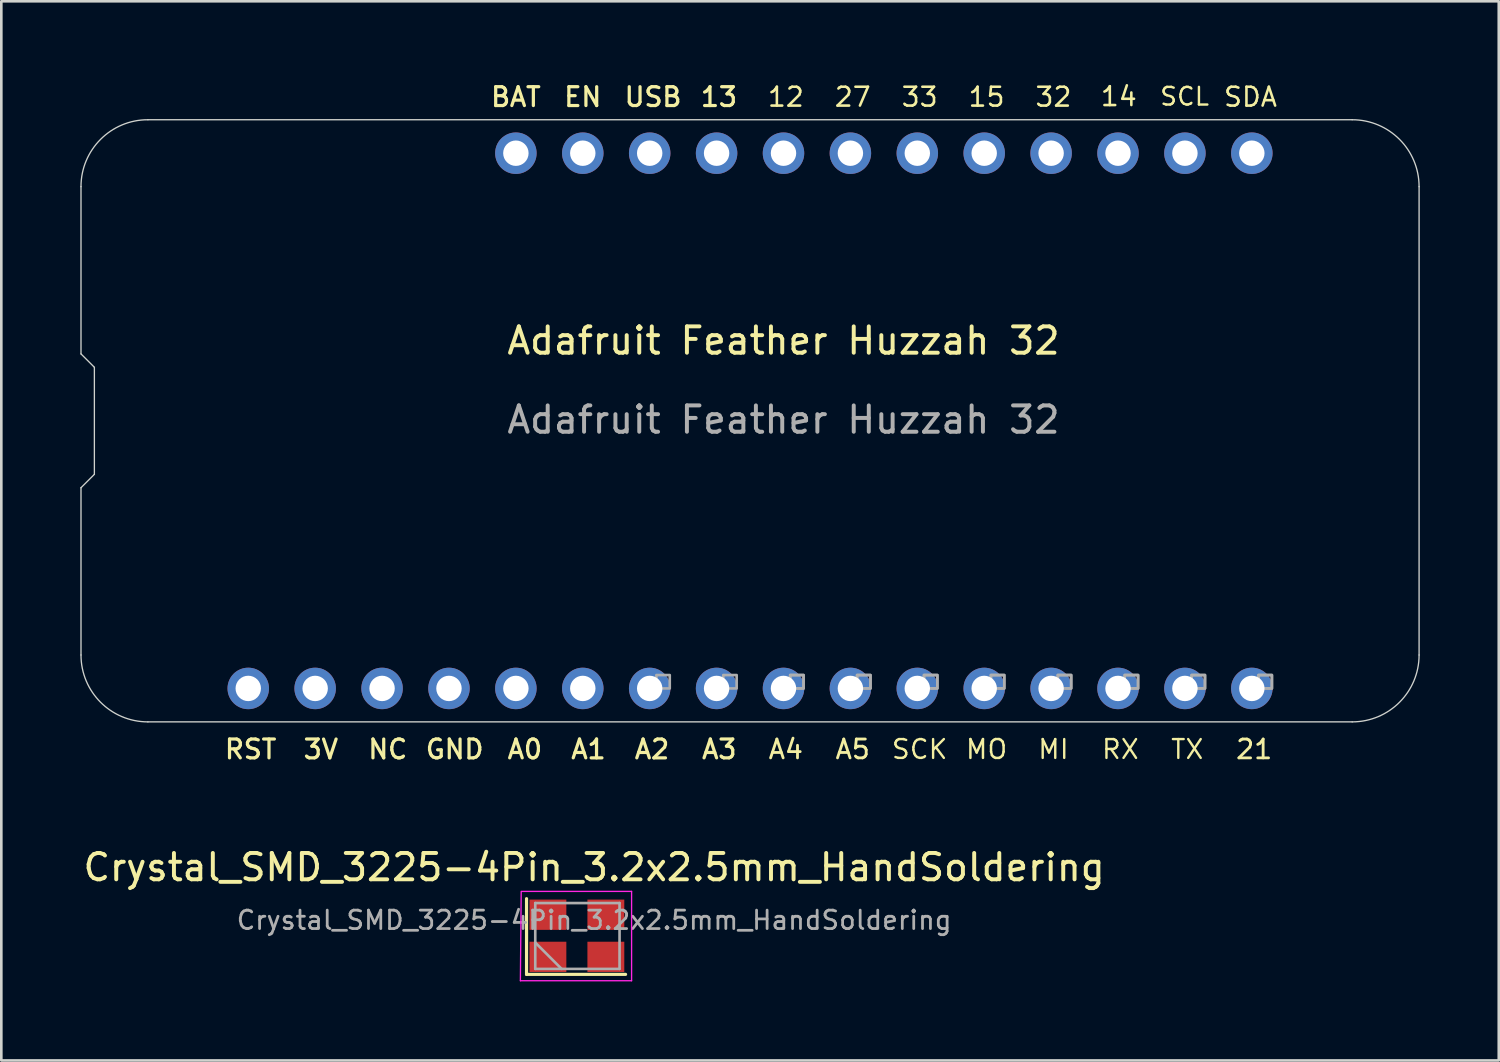
<source format=kicad_pcb>
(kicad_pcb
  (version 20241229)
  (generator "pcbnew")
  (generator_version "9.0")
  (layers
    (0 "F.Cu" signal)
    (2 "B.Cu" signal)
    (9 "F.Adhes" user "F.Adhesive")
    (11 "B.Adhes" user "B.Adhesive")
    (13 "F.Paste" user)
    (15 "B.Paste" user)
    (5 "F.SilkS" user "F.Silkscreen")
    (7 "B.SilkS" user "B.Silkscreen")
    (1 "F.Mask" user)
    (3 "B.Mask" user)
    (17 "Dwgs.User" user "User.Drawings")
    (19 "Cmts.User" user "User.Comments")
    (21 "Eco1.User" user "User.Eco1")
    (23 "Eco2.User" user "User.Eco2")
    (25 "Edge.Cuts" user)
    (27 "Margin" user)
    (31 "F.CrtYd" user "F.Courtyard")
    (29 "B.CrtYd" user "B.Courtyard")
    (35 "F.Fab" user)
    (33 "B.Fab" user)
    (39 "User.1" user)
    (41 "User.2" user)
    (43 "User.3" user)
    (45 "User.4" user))
  (footprint "Crystal_SMD_3225-4Pin_3.2x2.5mm_HandSoldering"
    (layer "F.Cu")
    (at 18.82 32.51)
    (property "Reference" "Crystal_SMD_3225-4Pin_3.2x2.5mm_HandSoldering" (at 0.686 -2.632 0) (layer "F.SilkS") (effects (font (size 1 1) (thickness 0.15))))
    (attr smd)
    (fp_line (start -1.88 -1.443) (end -1.88 1.432) (stroke (width 0.12) (type solid)) (layer "F.SilkS"))
    (fp_line (start -1.88 1.432) (end 1.88 1.432) (stroke (width 0.12) (type solid)) (layer "F.SilkS"))
    (fp_line (start -2.114 1.674) (end 2.108 1.674) (stroke (width 0.05) (type solid)) (layer "F.CrtYd"))
    (fp_line (start -2.083 -1.692) (end -2.114 1.674) (stroke (width 0.05) (type solid)) (layer "F.CrtYd"))
    (fp_line (start 2.108 -1.718) (end -2.083 -1.718) (stroke (width 0.05) (type solid)) (layer "F.CrtYd"))
    (fp_line (start 2.108 1.674) (end 2.108 -1.718) (stroke (width 0.05) (type solid)) (layer "F.CrtYd"))
    (fp_line (start -1.549 -1.276) (end -1.549 1.224) (stroke (width 0.1) (type solid)) (layer "F.Fab"))
    (fp_line (start -1.549 0.224) (end -0.549 1.224) (stroke (width 0.1) (type solid)) (layer "F.Fab"))
    (fp_line (start -1.549 1.224) (end 1.651 1.224) (stroke (width 0.1) (type solid)) (layer "F.Fab"))
    (fp_line (start 1.651 -1.276) (end -1.549 -1.276) (stroke (width 0.1) (type solid)) (layer "F.Fab"))
    (fp_line (start 1.651 1.224) (end 1.651 -1.276) (stroke (width 0.1) (type solid)) (layer "F.Fab"))
    (fp_text user "${REFERENCE}" (at 0.686 -0.626 0) (layer "F.Fab") (effects (font (size 0.7 0.7) (thickness 0.105))))
    (pad "1" smd rect (at -1.069 -0.833) (size 1.4 1.15) (layers "F.Cu" "F.Mask" "F.Paste"))
    (pad "2" smd rect (at 1.131 -0.833) (size 1.4 1.15) (layers "F.Cu" "F.Mask" "F.Paste"))
    (pad "3" smd rect (at 1.131 0.767) (size 1.4 1.15) (layers "F.Cu" "F.Mask" "F.Paste"))
    (pad "4" smd rect (at -1.069 0.767) (size 1.4 1.15) (layers "F.Cu" "F.Mask" "F.Paste")))
  (footprint "Adafruit Feather Huzzah 32"
    (layer "F.Cu")
    (at 26.695 12.926)
    (property "Reference" "Adafruit Feather Huzzah 32" (at 0 -3.04 0) (unlocked yes) (layer "F.SilkS") (effects (font (size 1 1) (thickness 0.15))))
    (attr through_hole)
    (fp_line (start -26.67 -8.89) (end -26.67 -2.54) (stroke (width 0.05) (type solid)) (layer "Edge.Cuts"))
    (fp_line (start -26.67 -2.54) (end -26.162 -2.032) (stroke (width 0.05) (type solid)) (layer "Edge.Cuts"))
    (fp_line (start -26.67 2.54) (end -26.67 8.89) (stroke (width 0.05) (type solid)) (layer "Edge.Cuts"))
    (fp_line (start -26.162 -2.032) (end -26.162 2.032) (stroke (width 0.05) (type solid)) (layer "Edge.Cuts"))
    (fp_line (start -26.162 2.032) (end -26.67 2.54) (stroke (width 0.05) (type solid)) (layer "Edge.Cuts"))
    (fp_line (start -24.13 11.43) (end 21.59 11.43) (stroke (width 0.05) (type solid)) (layer "Edge.Cuts"))
    (fp_line (start 21.59 -11.43) (end -24.13 -11.43) (stroke (width 0.05) (type solid)) (layer "Edge.Cuts"))
    (fp_line (start 24.13 8.89) (end 24.13 -8.89) (stroke (width 0.05) (type solid)) (layer "Edge.Cuts"))
    (fp_arc (start -26.67 -8.89) (mid -25.926051 -10.686051) (end -24.13 -11.43) (stroke (width 0.05) (type solid)) (layer "Edge.Cuts"))
    (fp_arc (start -24.13 11.43) (mid -25.926051 10.686051) (end -26.67 8.89) (stroke (width 0.05) (type solid)) (layer "Edge.Cuts"))
    (fp_arc (start 21.59 -11.43) (mid 23.386051 -10.686051) (end 24.13 -8.89) (stroke (width 0.05) (type solid)) (layer "Edge.Cuts"))
    (fp_arc (start 24.13 8.89) (mid 23.386051 10.686051) (end 21.59 11.43) (stroke (width 0.05) (type solid)) (layer "Edge.Cuts"))
    (fp_poly (pts (xy -4.826 10.16) (xy -4.318 10.16) (xy -4.318 9.652) (xy -4.826 9.652)) (stroke (width 0.1) (type default)) (fill no) (layer "F.Fab"))
    (fp_poly (pts (xy -2.286 10.16) (xy -1.778 10.16) (xy -1.778 9.652) (xy -2.286 9.652)) (stroke (width 0.1) (type default)) (fill no) (layer "F.Fab"))
    (fp_poly (pts (xy 0.254 10.16) (xy 0.762 10.16) (xy 0.762 9.652) (xy 0.254 9.652)) (stroke (width 0.1) (type default)) (fill no) (layer "F.Fab"))
    (fp_poly (pts (xy 0.254 10.16) (xy 0.762 10.16) (xy 0.762 9.652) (xy 0.254 9.652)) (stroke (width 0.1) (type default)) (fill no) (layer "F.Fab"))
    (fp_poly (pts (xy 2.794 10.16) (xy 3.302 10.16) (xy 3.302 9.652) (xy 2.794 9.652)) (stroke (width 0.1) (type default)) (fill no) (layer "F.Fab"))
    (fp_poly (pts (xy 2.794 10.16) (xy 3.302 10.16) (xy 3.302 9.652) (xy 2.794 9.652)) (stroke (width 0.1) (type default)) (fill no) (layer "F.Fab"))
    (fp_poly (pts (xy 5.334 10.16) (xy 5.842 10.16) (xy 5.842 9.652) (xy 5.334 9.652)) (stroke (width 0.1) (type default)) (fill no) (layer "F.Fab"))
    (fp_poly (pts (xy 5.334 10.16) (xy 5.842 10.16) (xy 5.842 9.652) (xy 5.334 9.652)) (stroke (width 0.1) (type default)) (fill no) (layer "F.Fab"))
    (fp_poly (pts (xy 7.874 10.16) (xy 8.382 10.16) (xy 8.382 9.652) (xy 7.874 9.652)) (stroke (width 0.1) (type default)) (fill no) (layer "F.Fab"))
    (fp_poly (pts (xy 7.874 10.16) (xy 8.382 10.16) (xy 8.382 9.652) (xy 7.874 9.652)) (stroke (width 0.1) (type default)) (fill no) (layer "F.Fab"))
    (fp_poly (pts (xy 10.414 10.16) (xy 10.922 10.16) (xy 10.922 9.652) (xy 10.414 9.652)) (stroke (width 0.1) (type default)) (fill no) (layer "F.Fab"))
    (fp_poly (pts (xy 10.414 10.16) (xy 10.922 10.16) (xy 10.922 9.652) (xy 10.414 9.652)) (stroke (width 0.1) (type default)) (fill no) (layer "F.Fab"))
    (fp_poly (pts (xy 12.954 10.16) (xy 13.462 10.16) (xy 13.462 9.652) (xy 12.954 9.652)) (stroke (width 0.1) (type default)) (fill no) (layer "F.Fab"))
    (fp_poly (pts (xy 12.954 10.16) (xy 13.462 10.16) (xy 13.462 9.652) (xy 12.954 9.652)) (stroke (width 0.1) (type default)) (fill no) (layer "F.Fab"))
    (fp_poly (pts (xy 15.494 10.16) (xy 16.002 10.16) (xy 16.002 9.652) (xy 15.494 9.652)) (stroke (width 0.1) (type default)) (fill no) (layer "F.Fab"))
    (fp_poly (pts (xy 15.494 10.16) (xy 16.002 10.16) (xy 16.002 9.652) (xy 15.494 9.652)) (stroke (width 0.1) (type default)) (fill no) (layer "F.Fab"))
    (fp_poly (pts (xy 18.034 10.16) (xy 18.542 10.16) (xy 18.542 9.652) (xy 18.034 9.652)) (stroke (width 0.1) (type default)) (fill no) (layer "F.Fab"))
    (fp_poly (pts (xy 18.034 10.16) (xy 18.542 10.16) (xy 18.542 9.652) (xy 18.034 9.652)) (stroke (width 0.1) (type default)) (fill no) (layer "F.Fab"))
    (fp_text user "A1" (at -7.404 12.471 0) (unlocked yes) (layer "F.SilkS") (effects (font (size 0.715 0.715) (thickness 0.122))))
    (fp_text user "3V" (at -17.564 12.471 0) (unlocked yes) (layer "F.SilkS") (effects (font (size 0.715 0.715) (thickness 0.122))))
    (fp_text user "32" (at 10.249 -12.294 0) (unlocked yes) (layer "F.SilkS") (effects (font (size 0.715 0.715) (thickness 0.098))))
    (fp_text user "A2" (at -4.991 12.471 0) (unlocked yes) (layer "F.SilkS") (effects (font (size 0.715 0.715) (thickness 0.122))))
    (fp_text user "MI" (at 10.249 12.471 0) (unlocked yes) (layer "F.SilkS") (effects (font (size 0.715 0.715) (thickness 0.091))))
    (fp_text user "21" (at 17.869 12.471 0) (unlocked yes) (layer "F.SilkS") (effects (font (size 0.715 0.715) (thickness 0.107))))
    (fp_text user "A5" (at 2.629 12.471 0) (unlocked yes) (layer "F.SilkS") (effects (font (size 0.715 0.715) (thickness 0.107))))
    (fp_text user "GND" (at -12.484 12.471 0) (unlocked yes) (layer "F.SilkS") (effects (font (size 0.715 0.715) (thickness 0.122))))
    (fp_text user "15" (at 7.709 -12.294 0) (unlocked yes) (layer "F.SilkS") (effects (font (size 0.715 0.715) (thickness 0.098))))
    (fp_text user "TX" (at 15.329 12.471 0) (unlocked yes) (layer "F.SilkS") (effects (font (size 0.715 0.715) (thickness 0.091))))
    (fp_text user "A3" (at -2.438 12.471 0) (unlocked yes) (layer "F.SilkS") (effects (font (size 0.715 0.715) (thickness 0.122))))
    (fp_text user "MO" (at 7.709 12.471 0) (unlocked yes) (layer "F.SilkS") (effects (font (size 0.715 0.715) (thickness 0.094))))
    (fp_text user "27" (at 2.629 -12.294 0) (unlocked yes) (layer "F.SilkS") (effects (font (size 0.715 0.715) (thickness 0.098))))
    (fp_text user "NC" (at -15.024 12.471 0) (unlocked yes) (layer "F.SilkS") (effects (font (size 0.715 0.715) (thickness 0.122))))
    (fp_text user "SCL" (at 15.229 -12.314 0) (unlocked yes) (layer "F.SilkS") (effects (font (size 0.671 0.671) (thickness 0.091))))
    (fp_text user "USB" (at -4.953 -12.294 0) (unlocked yes) (layer "F.SilkS") (effects (font (size 0.715 0.715) (thickness 0.122))))
    (fp_text user "12" (at 0.089 -12.294 0) (unlocked yes) (layer "F.SilkS") (effects (font (size 0.715 0.715) (thickness 0.098))))
    (fp_text user "BAT" (at -10.16 -12.294 0) (unlocked yes) (layer "F.SilkS") (effects (font (size 0.715 0.715) (thickness 0.122))))
    (fp_text user "A0" (at -9.817 12.471 0) (unlocked yes) (layer "F.SilkS") (effects (font (size 0.715 0.715) (thickness 0.122))))
    (fp_text user "14" (at 12.729 -12.314 0) (unlocked yes) (layer "F.SilkS") (effects (font (size 0.715 0.715) (thickness 0.098))))
    (fp_text user "RX" (at 12.789 12.471 0) (unlocked yes) (layer "F.SilkS") (effects (font (size 0.715 0.715) (thickness 0.091))))
    (fp_text user "A4" (at 0.089 12.471 0) (unlocked yes) (layer "F.SilkS") (effects (font (size 0.715 0.715) (thickness 0.107))))
    (fp_text user "SDA" (at 17.729 -12.294 0) (unlocked yes) (layer "F.SilkS") (effects (font (size 0.715 0.715) (thickness 0.098))))
    (fp_text user "33" (at 5.169 -12.294 0) (unlocked yes) (layer "F.SilkS") (effects (font (size 0.715 0.715) (thickness 0.098))))
    (fp_text user "SCK" (at 5.169 12.471 0) (unlocked yes) (layer "F.SilkS") (effects (font (size 0.715 0.715) (thickness 0.091))))
    (fp_text user "RST" (at -20.231 12.471 0) (unlocked yes) (layer "F.SilkS") (effects (font (size 0.715 0.715) (thickness 0.122))))
    (fp_text user "EN" (at -7.62 -12.294 0) (unlocked yes) (layer "F.SilkS") (effects (font (size 0.715 0.715) (thickness 0.122))))
    (fp_text user "13" (at -2.451 -12.294 0) (unlocked yes) (layer "F.SilkS") (effects (font (size 0.715 0.715) (thickness 0.122))))
    (fp_text user "${REFERENCE}" (at 0 -0.04 0) (unlocked yes) (layer "F.Fab") (effects (font (size 1 1) (thickness 0.15))))
    (pad "1" thru_hole circle (at -20.32 10.16 270) (size 1.575 1.575) (drill 0.965) (layers "*.Cu" "*.Mask"))
    (pad "2" thru_hole circle (at -17.78 10.16 270) (size 1.575 1.575) (drill 0.965) (layers "*.Cu" "*.Mask"))
    (pad "3" thru_hole circle (at -15.24 10.16 270) (size 1.575 1.575) (drill 0.965) (layers "*.Cu" "*.Mask"))
    (pad "4" thru_hole circle (at -12.7 10.16 270) (size 1.575 1.575) (drill 0.965) (layers "*.Cu" "*.Mask"))
    (pad "5" thru_hole circle (at -10.16 10.16 270) (size 1.575 1.575) (drill 0.965) (layers "*.Cu" "*.Mask"))
    (pad "6" thru_hole circle (at -7.62 10.16 270) (size 1.575 1.575) (drill 0.965) (layers "*.Cu" "*.Mask"))
    (pad "7" thru_hole circle (at -5.08 10.16 270) (size 1.575 1.575) (drill 0.965) (layers "*.Cu" "*.Mask"))
    (pad "8" thru_hole circle (at -2.54 10.16 270) (size 1.575 1.575) (drill 0.965) (layers "*.Cu" "*.Mask"))
    (pad "9" thru_hole circle (at 0 10.16 270) (size 1.575 1.575) (drill 0.965) (layers "*.Cu" "*.Mask"))
    (pad "10" thru_hole circle (at 2.54 10.16 270) (size 1.575 1.575) (drill 0.965) (layers "*.Cu" "*.Mask"))
    (pad "11" thru_hole circle (at 5.08 10.16 270) (size 1.575 1.575) (drill 0.965) (layers "*.Cu" "*.Mask"))
    (pad "12" thru_hole circle (at 7.62 10.16 270) (size 1.575 1.575) (drill 0.965) (layers "*.Cu" "*.Mask"))
    (pad "13" thru_hole circle (at 10.16 10.16 270) (size 1.575 1.575) (drill 0.965) (layers "*.Cu" "*.Mask"))
    (pad "14" thru_hole circle (at 12.7 10.16 270) (size 1.575 1.575) (drill 0.965) (layers "*.Cu" "*.Mask"))
    (pad "15" thru_hole circle (at 15.24 10.16 270) (size 1.575 1.575) (drill 0.965) (layers "*.Cu" "*.Mask"))
    (pad "16" thru_hole circle (at 17.78 10.16 270) (size 1.575 1.575) (drill 0.965) (layers "*.Cu" "*.Mask"))
    (pad "17" thru_hole circle (at 17.78 -10.16 90) (size 1.575 1.575) (drill 0.965) (layers "*.Cu" "*.Mask"))
    (pad "18" thru_hole circle (at 15.24 -10.16 90) (size 1.575 1.575) (drill 0.965) (layers "*.Cu" "*.Mask"))
    (pad "19" thru_hole circle (at 12.7 -10.16 90) (size 1.575 1.575) (drill 0.965) (layers "*.Cu" "*.Mask"))
    (pad "20" thru_hole circle (at 10.16 -10.16 90) (size 1.575 1.575) (drill 0.965) (layers "*.Cu" "*.Mask"))
    (pad "21" thru_hole circle (at 7.62 -10.16 90) (size 1.575 1.575) (drill 0.965) (layers "*.Cu" "*.Mask"))
    (pad "22" thru_hole circle (at 5.08 -10.16 90) (size 1.575 1.575) (drill 0.965) (layers "*.Cu" "*.Mask"))
    (pad "23" thru_hole circle (at 2.54 -10.16 90) (size 1.575 1.575) (drill 0.965) (layers "*.Cu" "*.Mask"))
    (pad "24" thru_hole circle (at 0 -10.16 90) (size 1.575 1.575) (drill 0.965) (layers "*.Cu" "*.Mask"))
    (pad "25" thru_hole circle (at -2.54 -10.16 90) (size 1.575 1.575) (drill 0.965) (layers "*.Cu" "*.Mask"))
    (pad "26" thru_hole circle (at -5.08 -10.16 90) (size 1.575 1.575) (drill 0.965) (layers "*.Cu" "*.Mask"))
    (pad "27" thru_hole circle (at -7.62 -10.16 90) (size 1.575 1.575) (drill 0.965) (layers "*.Cu" "*.Mask"))
    (pad "28" thru_hole circle (at -10.16 -10.16 90) (size 1.575 1.575) (drill 0.965) (layers "*.Cu" "*.Mask")))
  (gr_rect
    (start -3 -3)
    (end 53.85 37.21)
    (stroke (width 0.1) (type default))
    (fill no)
    (layer "Edge.Cuts")))
</source>
